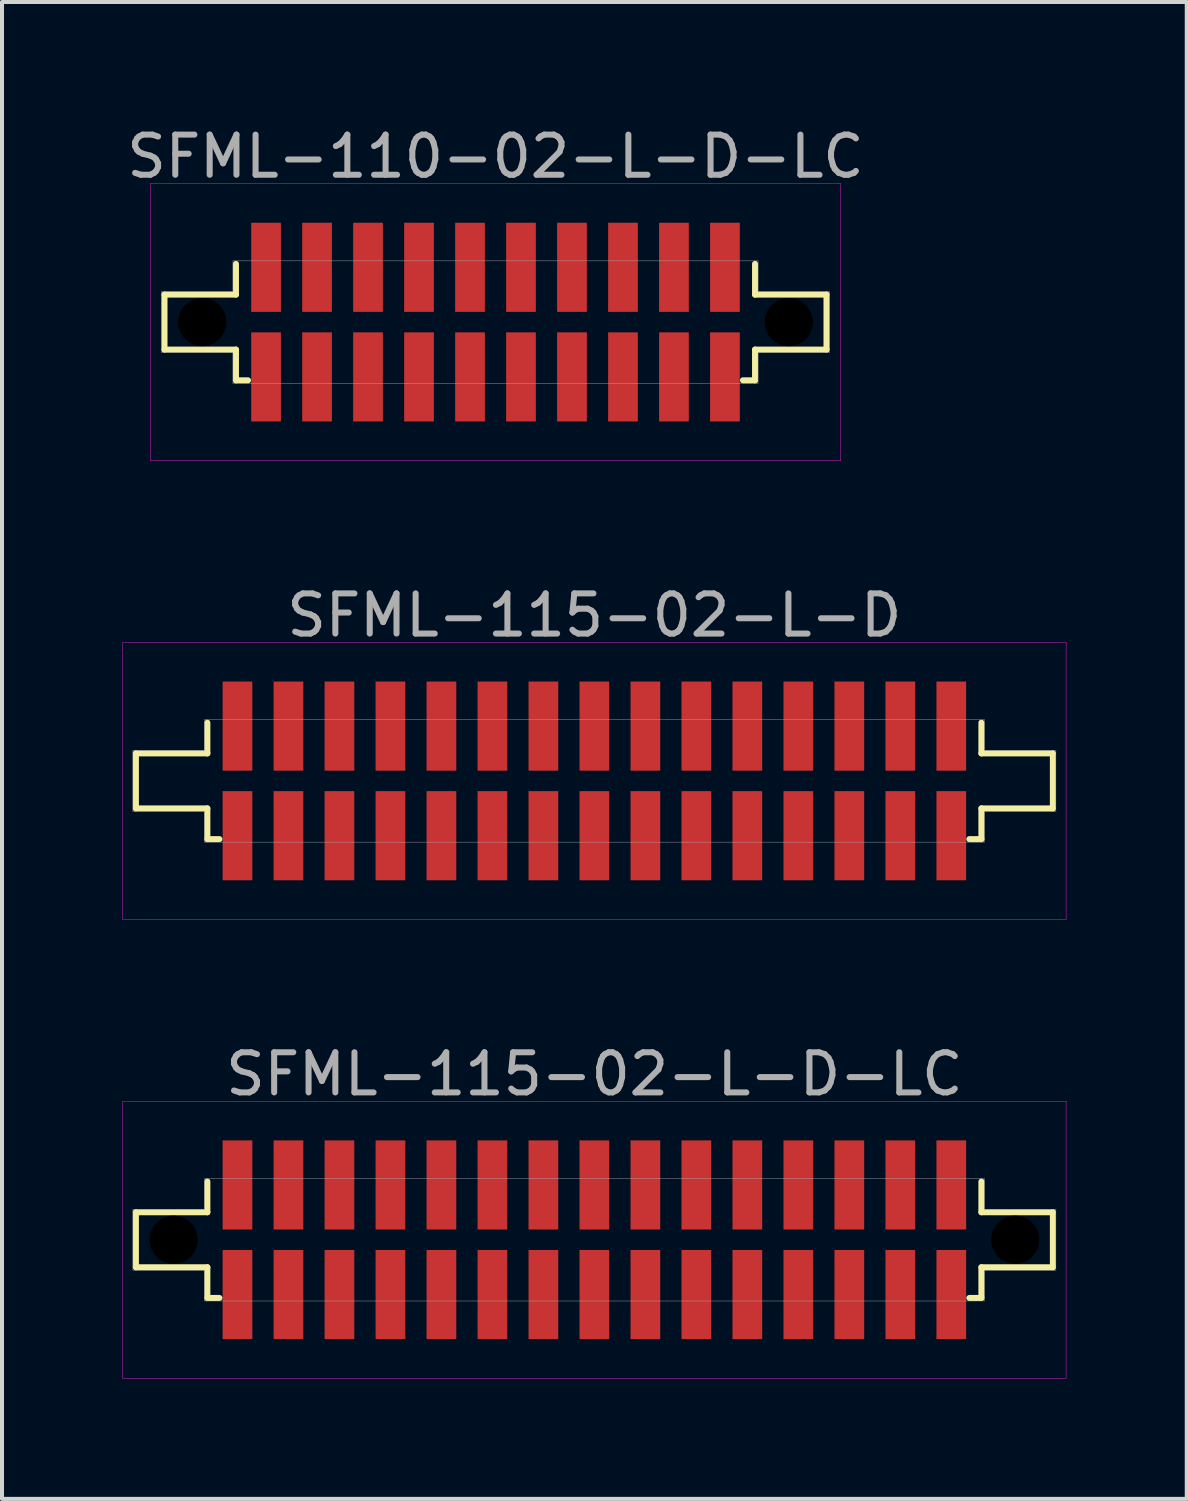
<source format=kicad_pcb>
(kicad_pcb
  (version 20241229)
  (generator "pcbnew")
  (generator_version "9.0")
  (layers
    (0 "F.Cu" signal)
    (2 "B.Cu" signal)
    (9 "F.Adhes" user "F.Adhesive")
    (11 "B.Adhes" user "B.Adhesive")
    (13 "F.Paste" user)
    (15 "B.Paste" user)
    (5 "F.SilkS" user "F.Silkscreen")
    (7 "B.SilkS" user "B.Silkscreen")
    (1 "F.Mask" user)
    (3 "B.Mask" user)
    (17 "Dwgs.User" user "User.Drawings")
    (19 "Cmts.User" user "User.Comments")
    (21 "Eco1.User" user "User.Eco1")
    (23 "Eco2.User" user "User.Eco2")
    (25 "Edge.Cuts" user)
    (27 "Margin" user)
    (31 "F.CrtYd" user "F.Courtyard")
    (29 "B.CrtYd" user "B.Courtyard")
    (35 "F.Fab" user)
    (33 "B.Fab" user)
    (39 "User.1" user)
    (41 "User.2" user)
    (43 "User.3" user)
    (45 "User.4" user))
  (footprint "SFML-115-02-L-D-LC"
    (layer "F.Cu")
    (at 11.755 27.83)
    (property "Reference" "SFML-115-02-L-D-LC" (at 0 -4.125 0) (layer "F.Fab") (effects (font (size 1 1) (thickness 0.15))))
    (attr through_hole)
    (fp_line (start -11.42 -0.685) (end -9.64 -0.685) (stroke (width 0.15) (type solid)) (layer "F.SilkS"))
    (fp_line (start -11.42 0.685) (end -11.42 -0.685) (stroke (width 0.15) (type solid)) (layer "F.SilkS"))
    (fp_line (start -9.64 -0.685) (end -9.64 -1.45) (stroke (width 0.15) (type solid)) (layer "F.SilkS"))
    (fp_line (start -9.64 0.685) (end -11.42 0.685) (stroke (width 0.15) (type solid)) (layer "F.SilkS"))
    (fp_line (start -9.64 1.45) (end -9.64 0.685) (stroke (width 0.15) (type solid)) (layer "F.SilkS"))
    (fp_line (start -9.34 1.45) (end -9.64 1.45) (stroke (width 0.15) (type solid)) (layer "F.SilkS"))
    (fp_line (start 9.64 -1.45) (end 9.64 -0.685) (stroke (width 0.15) (type solid)) (layer "F.SilkS"))
    (fp_line (start 9.64 -0.685) (end 11.42 -0.685) (stroke (width 0.15) (type solid)) (layer "F.SilkS"))
    (fp_line (start 9.64 0.685) (end 9.64 1.45) (stroke (width 0.15) (type solid)) (layer "F.SilkS"))
    (fp_line (start 9.64 1.45) (end 9.34 1.45) (stroke (width 0.15) (type solid)) (layer "F.SilkS"))
    (fp_line (start 11.42 -0.685) (end 11.42 0.685) (stroke (width 0.15) (type solid)) (layer "F.SilkS"))
    (fp_line (start 11.42 0.685) (end 9.64 0.685) (stroke (width 0.15) (type solid)) (layer "F.SilkS"))
    (fp_line (start -11.75 -3.45) (end 11.75 -3.45) (stroke (width 0.01) (type solid)) (layer "F.CrtYd"))
    (fp_line (start -11.75 3.45) (end -11.75 -3.45) (stroke (width 0.01) (type solid)) (layer "F.CrtYd"))
    (fp_line (start 11.75 -3.45) (end 11.75 3.45) (stroke (width 0.01) (type solid)) (layer "F.CrtYd"))
    (fp_line (start 11.75 3.45) (end -11.75 3.45) (stroke (width 0.01) (type solid)) (layer "F.CrtYd"))
    (fp_line (start -11.495 -0.76) (end -9.715 -0.76) (stroke (width 0.01) (type solid)) (layer "F.Fab"))
    (fp_line (start -11.495 0.76) (end -11.495 -0.76) (stroke (width 0.01) (type solid)) (layer "F.Fab"))
    (fp_line (start -9.715 -1.525) (end 9.715 -1.525) (stroke (width 0.01) (type solid)) (layer "F.Fab"))
    (fp_line (start -9.715 -0.76) (end -9.715 -1.525) (stroke (width 0.01) (type solid)) (layer "F.Fab"))
    (fp_line (start -9.715 0.76) (end -11.495 0.76) (stroke (width 0.01) (type solid)) (layer "F.Fab"))
    (fp_line (start -9.715 1.525) (end -9.715 0.76) (stroke (width 0.01) (type solid)) (layer "F.Fab"))
    (fp_line (start 9.715 -1.525) (end 9.715 -0.76) (stroke (width 0.01) (type solid)) (layer "F.Fab"))
    (fp_line (start 9.715 -0.76) (end 11.495 -0.76) (stroke (width 0.01) (type solid)) (layer "F.Fab"))
    (fp_line (start 9.715 0.76) (end 9.715 1.525) (stroke (width 0.01) (type solid)) (layer "F.Fab"))
    (fp_line (start 9.715 1.525) (end -9.715 1.525) (stroke (width 0.01) (type solid)) (layer "F.Fab"))
    (fp_line (start 11.495 -0.76) (end 11.495 0.76) (stroke (width 0.01) (type solid)) (layer "F.Fab"))
    (fp_line (start 11.495 0.76) (end 9.715 0.76) (stroke (width 0.01) (type solid)) (layer "F.Fab"))
    (pad "" np_thru_hole circle (at -10.48 0) (size 1.2 1.2) (drill 1.2) (layers "*.Mask"))
    (pad "" np_thru_hole circle (at 10.48 0) (size 1.2 1.2) (drill 1.2) (layers "*.Mask"))
    (pad "1" smd rect (at -8.89 -1.365) (size 0.74 2.22) (layers "F.Cu" "F.Mask" "F.Paste"))
    (pad "2" smd rect (at -8.89 1.365) (size 0.74 2.22) (layers "F.Cu" "F.Mask" "F.Paste"))
    (pad "3" smd rect (at -7.62 -1.365) (size 0.74 2.22) (layers "F.Cu" "F.Mask" "F.Paste"))
    (pad "4" smd rect (at -7.62 1.365) (size 0.74 2.22) (layers "F.Cu" "F.Mask" "F.Paste"))
    (pad "5" smd rect (at -6.35 -1.365) (size 0.74 2.22) (layers "F.Cu" "F.Mask" "F.Paste"))
    (pad "6" smd rect (at -6.35 1.365) (size 0.74 2.22) (layers "F.Cu" "F.Mask" "F.Paste"))
    (pad "7" smd rect (at -5.08 -1.365) (size 0.74 2.22) (layers "F.Cu" "F.Mask" "F.Paste"))
    (pad "8" smd rect (at -5.08 1.365) (size 0.74 2.22) (layers "F.Cu" "F.Mask" "F.Paste"))
    (pad "9" smd rect (at -3.81 -1.365) (size 0.74 2.22) (layers "F.Cu" "F.Mask" "F.Paste"))
    (pad "10" smd rect (at -3.81 1.365) (size 0.74 2.22) (layers "F.Cu" "F.Mask" "F.Paste"))
    (pad "11" smd rect (at -2.54 -1.365) (size 0.74 2.22) (layers "F.Cu" "F.Mask" "F.Paste"))
    (pad "12" smd rect (at -2.54 1.365) (size 0.74 2.22) (layers "F.Cu" "F.Mask" "F.Paste"))
    (pad "13" smd rect (at -1.27 -1.365) (size 0.74 2.22) (layers "F.Cu" "F.Mask" "F.Paste"))
    (pad "14" smd rect (at -1.27 1.365) (size 0.74 2.22) (layers "F.Cu" "F.Mask" "F.Paste"))
    (pad "15" smd rect (at 0 -1.365) (size 0.74 2.22) (layers "F.Cu" "F.Mask" "F.Paste"))
    (pad "16" smd rect (at 0 1.365) (size 0.74 2.22) (layers "F.Cu" "F.Mask" "F.Paste"))
    (pad "17" smd rect (at 1.27 -1.365) (size 0.74 2.22) (layers "F.Cu" "F.Mask" "F.Paste"))
    (pad "18" smd rect (at 1.27 1.365) (size 0.74 2.22) (layers "F.Cu" "F.Mask" "F.Paste"))
    (pad "19" smd rect (at 2.54 -1.365) (size 0.74 2.22) (layers "F.Cu" "F.Mask" "F.Paste"))
    (pad "20" smd rect (at 2.54 1.365) (size 0.74 2.22) (layers "F.Cu" "F.Mask" "F.Paste"))
    (pad "21" smd rect (at 3.81 -1.365) (size 0.74 2.22) (layers "F.Cu" "F.Mask" "F.Paste"))
    (pad "22" smd rect (at 3.81 1.365) (size 0.74 2.22) (layers "F.Cu" "F.Mask" "F.Paste"))
    (pad "23" smd rect (at 5.08 -1.365) (size 0.74 2.22) (layers "F.Cu" "F.Mask" "F.Paste"))
    (pad "24" smd rect (at 5.08 1.365) (size 0.74 2.22) (layers "F.Cu" "F.Mask" "F.Paste"))
    (pad "25" smd rect (at 6.35 -1.365) (size 0.74 2.22) (layers "F.Cu" "F.Mask" "F.Paste"))
    (pad "26" smd rect (at 6.35 1.365) (size 0.74 2.22) (layers "F.Cu" "F.Mask" "F.Paste"))
    (pad "27" smd rect (at 7.62 -1.365) (size 0.74 2.22) (layers "F.Cu" "F.Mask" "F.Paste"))
    (pad "28" smd rect (at 7.62 1.365) (size 0.74 2.22) (layers "F.Cu" "F.Mask" "F.Paste"))
    (pad "29" smd rect (at 8.89 -1.365) (size 0.74 2.22) (layers "F.Cu" "F.Mask" "F.Paste"))
    (pad "30" smd rect (at 8.89 1.365) (size 0.74 2.22) (layers "F.Cu" "F.Mask" "F.Paste")))
  (footprint "SFML-115-02-L-D"
    (layer "F.Cu")
    (at 11.755 16.401)
    (property "Reference" "SFML-115-02-L-D" (at 0 -4.125 0) (layer "F.Fab") (effects (font (size 1 1) (thickness 0.15))))
    (attr through_hole)
    (fp_line (start -11.42 -0.685) (end -9.64 -0.685) (stroke (width 0.15) (type solid)) (layer "F.SilkS"))
    (fp_line (start -11.42 0.685) (end -11.42 -0.685) (stroke (width 0.15) (type solid)) (layer "F.SilkS"))
    (fp_line (start -9.64 -0.685) (end -9.64 -1.45) (stroke (width 0.15) (type solid)) (layer "F.SilkS"))
    (fp_line (start -9.64 0.685) (end -11.42 0.685) (stroke (width 0.15) (type solid)) (layer "F.SilkS"))
    (fp_line (start -9.64 1.45) (end -9.64 0.685) (stroke (width 0.15) (type solid)) (layer "F.SilkS"))
    (fp_line (start -9.34 1.45) (end -9.64 1.45) (stroke (width 0.15) (type solid)) (layer "F.SilkS"))
    (fp_line (start 9.64 -1.45) (end 9.64 -0.685) (stroke (width 0.15) (type solid)) (layer "F.SilkS"))
    (fp_line (start 9.64 -0.685) (end 11.42 -0.685) (stroke (width 0.15) (type solid)) (layer "F.SilkS"))
    (fp_line (start 9.64 0.685) (end 9.64 1.45) (stroke (width 0.15) (type solid)) (layer "F.SilkS"))
    (fp_line (start 9.64 1.45) (end 9.34 1.45) (stroke (width 0.15) (type solid)) (layer "F.SilkS"))
    (fp_line (start 11.42 -0.685) (end 11.42 0.685) (stroke (width 0.15) (type solid)) (layer "F.SilkS"))
    (fp_line (start 11.42 0.685) (end 9.64 0.685) (stroke (width 0.15) (type solid)) (layer "F.SilkS"))
    (fp_line (start -11.75 -3.45) (end 11.75 -3.45) (stroke (width 0.01) (type solid)) (layer "F.CrtYd"))
    (fp_line (start -11.75 3.45) (end -11.75 -3.45) (stroke (width 0.01) (type solid)) (layer "F.CrtYd"))
    (fp_line (start 11.75 -3.45) (end 11.75 3.45) (stroke (width 0.01) (type solid)) (layer "F.CrtYd"))
    (fp_line (start 11.75 3.45) (end -11.75 3.45) (stroke (width 0.01) (type solid)) (layer "F.CrtYd"))
    (fp_line (start -11.495 -0.76) (end -9.715 -0.76) (stroke (width 0.01) (type solid)) (layer "F.Fab"))
    (fp_line (start -11.495 0.76) (end -11.495 -0.76) (stroke (width 0.01) (type solid)) (layer "F.Fab"))
    (fp_line (start -9.715 -1.525) (end 9.715 -1.525) (stroke (width 0.01) (type solid)) (layer "F.Fab"))
    (fp_line (start -9.715 -0.76) (end -9.715 -1.525) (stroke (width 0.01) (type solid)) (layer "F.Fab"))
    (fp_line (start -9.715 0.76) (end -11.495 0.76) (stroke (width 0.01) (type solid)) (layer "F.Fab"))
    (fp_line (start -9.715 1.525) (end -9.715 0.76) (stroke (width 0.01) (type solid)) (layer "F.Fab"))
    (fp_line (start 9.715 -1.525) (end 9.715 -0.76) (stroke (width 0.01) (type solid)) (layer "F.Fab"))
    (fp_line (start 9.715 -0.76) (end 11.495 -0.76) (stroke (width 0.01) (type solid)) (layer "F.Fab"))
    (fp_line (start 9.715 0.76) (end 9.715 1.525) (stroke (width 0.01) (type solid)) (layer "F.Fab"))
    (fp_line (start 9.715 1.525) (end -9.715 1.525) (stroke (width 0.01) (type solid)) (layer "F.Fab"))
    (fp_line (start 11.495 -0.76) (end 11.495 0.76) (stroke (width 0.01) (type solid)) (layer "F.Fab"))
    (fp_line (start 11.495 0.76) (end 9.715 0.76) (stroke (width 0.01) (type solid)) (layer "F.Fab"))
    (pad "1" smd rect (at -8.89 -1.365) (size 0.74 2.22) (layers "F.Cu" "F.Mask" "F.Paste"))
    (pad "2" smd rect (at -8.89 1.365) (size 0.74 2.22) (layers "F.Cu" "F.Mask" "F.Paste"))
    (pad "3" smd rect (at -7.62 -1.365) (size 0.74 2.22) (layers "F.Cu" "F.Mask" "F.Paste"))
    (pad "4" smd rect (at -7.62 1.365) (size 0.74 2.22) (layers "F.Cu" "F.Mask" "F.Paste"))
    (pad "5" smd rect (at -6.35 -1.365) (size 0.74 2.22) (layers "F.Cu" "F.Mask" "F.Paste"))
    (pad "6" smd rect (at -6.35 1.365) (size 0.74 2.22) (layers "F.Cu" "F.Mask" "F.Paste"))
    (pad "7" smd rect (at -5.08 -1.365) (size 0.74 2.22) (layers "F.Cu" "F.Mask" "F.Paste"))
    (pad "8" smd rect (at -5.08 1.365) (size 0.74 2.22) (layers "F.Cu" "F.Mask" "F.Paste"))
    (pad "9" smd rect (at -3.81 -1.365) (size 0.74 2.22) (layers "F.Cu" "F.Mask" "F.Paste"))
    (pad "10" smd rect (at -3.81 1.365) (size 0.74 2.22) (layers "F.Cu" "F.Mask" "F.Paste"))
    (pad "11" smd rect (at -2.54 -1.365) (size 0.74 2.22) (layers "F.Cu" "F.Mask" "F.Paste"))
    (pad "12" smd rect (at -2.54 1.365) (size 0.74 2.22) (layers "F.Cu" "F.Mask" "F.Paste"))
    (pad "13" smd rect (at -1.27 -1.365) (size 0.74 2.22) (layers "F.Cu" "F.Mask" "F.Paste"))
    (pad "14" smd rect (at -1.27 1.365) (size 0.74 2.22) (layers "F.Cu" "F.Mask" "F.Paste"))
    (pad "15" smd rect (at 0 -1.365) (size 0.74 2.22) (layers "F.Cu" "F.Mask" "F.Paste"))
    (pad "16" smd rect (at 0 1.365) (size 0.74 2.22) (layers "F.Cu" "F.Mask" "F.Paste"))
    (pad "17" smd rect (at 1.27 -1.365) (size 0.74 2.22) (layers "F.Cu" "F.Mask" "F.Paste"))
    (pad "18" smd rect (at 1.27 1.365) (size 0.74 2.22) (layers "F.Cu" "F.Mask" "F.Paste"))
    (pad "19" smd rect (at 2.54 -1.365) (size 0.74 2.22) (layers "F.Cu" "F.Mask" "F.Paste"))
    (pad "20" smd rect (at 2.54 1.365) (size 0.74 2.22) (layers "F.Cu" "F.Mask" "F.Paste"))
    (pad "21" smd rect (at 3.81 -1.365) (size 0.74 2.22) (layers "F.Cu" "F.Mask" "F.Paste"))
    (pad "22" smd rect (at 3.81 1.365) (size 0.74 2.22) (layers "F.Cu" "F.Mask" "F.Paste"))
    (pad "23" smd rect (at 5.08 -1.365) (size 0.74 2.22) (layers "F.Cu" "F.Mask" "F.Paste"))
    (pad "24" smd rect (at 5.08 1.365) (size 0.74 2.22) (layers "F.Cu" "F.Mask" "F.Paste"))
    (pad "25" smd rect (at 6.35 -1.365) (size 0.74 2.22) (layers "F.Cu" "F.Mask" "F.Paste"))
    (pad "26" smd rect (at 6.35 1.365) (size 0.74 2.22) (layers "F.Cu" "F.Mask" "F.Paste"))
    (pad "27" smd rect (at 7.62 -1.365) (size 0.74 2.22) (layers "F.Cu" "F.Mask" "F.Paste"))
    (pad "28" smd rect (at 7.62 1.365) (size 0.74 2.22) (layers "F.Cu" "F.Mask" "F.Paste"))
    (pad "29" smd rect (at 8.89 -1.365) (size 0.74 2.22) (layers "F.Cu" "F.Mask" "F.Paste"))
    (pad "30" smd rect (at 8.89 1.365) (size 0.74 2.22) (layers "F.Cu" "F.Mask" "F.Paste")))
  (footprint "SFML-110-02-L-D-LC"
    (layer "F.Cu")
    (at 9.292 4.973)
    (property "Reference" "SFML-110-02-L-D-LC" (at 0 -4.125 0) (layer "F.Fab") (effects (font (size 1 1) (thickness 0.15))))
    (attr through_hole)
    (fp_line (start -8.245 -0.685) (end -6.465 -0.685) (stroke (width 0.15) (type solid)) (layer "F.SilkS"))
    (fp_line (start -8.245 0.685) (end -8.245 -0.685) (stroke (width 0.15) (type solid)) (layer "F.SilkS"))
    (fp_line (start -6.465 -0.685) (end -6.465 -1.45) (stroke (width 0.15) (type solid)) (layer "F.SilkS"))
    (fp_line (start -6.465 0.685) (end -8.245 0.685) (stroke (width 0.15) (type solid)) (layer "F.SilkS"))
    (fp_line (start -6.465 1.45) (end -6.465 0.685) (stroke (width 0.15) (type solid)) (layer "F.SilkS"))
    (fp_line (start -6.165 1.45) (end -6.465 1.45) (stroke (width 0.15) (type solid)) (layer "F.SilkS"))
    (fp_line (start 6.465 -1.45) (end 6.465 -0.685) (stroke (width 0.15) (type solid)) (layer "F.SilkS"))
    (fp_line (start 6.465 -0.685) (end 8.245 -0.685) (stroke (width 0.15) (type solid)) (layer "F.SilkS"))
    (fp_line (start 6.465 0.685) (end 6.465 1.45) (stroke (width 0.15) (type solid)) (layer "F.SilkS"))
    (fp_line (start 6.465 1.45) (end 6.165 1.45) (stroke (width 0.15) (type solid)) (layer "F.SilkS"))
    (fp_line (start 8.245 -0.685) (end 8.245 0.685) (stroke (width 0.15) (type solid)) (layer "F.SilkS"))
    (fp_line (start 8.245 0.685) (end 6.465 0.685) (stroke (width 0.15) (type solid)) (layer "F.SilkS"))
    (fp_line (start -8.6 -3.45) (end 8.6 -3.45) (stroke (width 0.01) (type solid)) (layer "F.CrtYd"))
    (fp_line (start -8.6 3.45) (end -8.6 -3.45) (stroke (width 0.01) (type solid)) (layer "F.CrtYd"))
    (fp_line (start 8.6 -3.45) (end 8.6 3.45) (stroke (width 0.01) (type solid)) (layer "F.CrtYd"))
    (fp_line (start 8.6 3.45) (end -8.6 3.45) (stroke (width 0.01) (type solid)) (layer "F.CrtYd"))
    (fp_line (start -8.32 -0.76) (end -6.54 -0.76) (stroke (width 0.01) (type solid)) (layer "F.Fab"))
    (fp_line (start -8.32 0.76) (end -8.32 -0.76) (stroke (width 0.01) (type solid)) (layer "F.Fab"))
    (fp_line (start -6.54 -1.525) (end 6.54 -1.525) (stroke (width 0.01) (type solid)) (layer "F.Fab"))
    (fp_line (start -6.54 -0.76) (end -6.54 -1.525) (stroke (width 0.01) (type solid)) (layer "F.Fab"))
    (fp_line (start -6.54 0.76) (end -8.32 0.76) (stroke (width 0.01) (type solid)) (layer "F.Fab"))
    (fp_line (start -6.54 1.525) (end -6.54 0.76) (stroke (width 0.01) (type solid)) (layer "F.Fab"))
    (fp_line (start 6.54 -1.525) (end 6.54 -0.76) (stroke (width 0.01) (type solid)) (layer "F.Fab"))
    (fp_line (start 6.54 -0.76) (end 8.32 -0.76) (stroke (width 0.01) (type solid)) (layer "F.Fab"))
    (fp_line (start 6.54 0.76) (end 6.54 1.525) (stroke (width 0.01) (type solid)) (layer "F.Fab"))
    (fp_line (start 6.54 1.525) (end -6.54 1.525) (stroke (width 0.01) (type solid)) (layer "F.Fab"))
    (fp_line (start 8.32 -0.76) (end 8.32 0.76) (stroke (width 0.01) (type solid)) (layer "F.Fab"))
    (fp_line (start 8.32 0.76) (end 6.54 0.76) (stroke (width 0.01) (type solid)) (layer "F.Fab"))
    (pad "" np_thru_hole circle (at -7.305 0) (size 1.2 1.2) (drill 1.2) (layers "*.Mask"))
    (pad "" np_thru_hole circle (at 7.305 0) (size 1.2 1.2) (drill 1.2) (layers "*.Mask"))
    (pad "1" smd rect (at -5.715 -1.365) (size 0.74 2.22) (layers "F.Cu" "F.Mask" "F.Paste"))
    (pad "2" smd rect (at -5.715 1.365) (size 0.74 2.22) (layers "F.Cu" "F.Mask" "F.Paste"))
    (pad "3" smd rect (at -4.445 -1.365) (size 0.74 2.22) (layers "F.Cu" "F.Mask" "F.Paste"))
    (pad "4" smd rect (at -4.445 1.365) (size 0.74 2.22) (layers "F.Cu" "F.Mask" "F.Paste"))
    (pad "5" smd rect (at -3.175 -1.365) (size 0.74 2.22) (layers "F.Cu" "F.Mask" "F.Paste"))
    (pad "6" smd rect (at -3.175 1.365) (size 0.74 2.22) (layers "F.Cu" "F.Mask" "F.Paste"))
    (pad "7" smd rect (at -1.905 -1.365) (size 0.74 2.22) (layers "F.Cu" "F.Mask" "F.Paste"))
    (pad "8" smd rect (at -1.905 1.365) (size 0.74 2.22) (layers "F.Cu" "F.Mask" "F.Paste"))
    (pad "9" smd rect (at -0.635 -1.365) (size 0.74 2.22) (layers "F.Cu" "F.Mask" "F.Paste"))
    (pad "10" smd rect (at -0.635 1.365) (size 0.74 2.22) (layers "F.Cu" "F.Mask" "F.Paste"))
    (pad "11" smd rect (at 0.635 -1.365) (size 0.74 2.22) (layers "F.Cu" "F.Mask" "F.Paste"))
    (pad "12" smd rect (at 0.635 1.365) (size 0.74 2.22) (layers "F.Cu" "F.Mask" "F.Paste"))
    (pad "13" smd rect (at 1.905 -1.365) (size 0.74 2.22) (layers "F.Cu" "F.Mask" "F.Paste"))
    (pad "14" smd rect (at 1.905 1.365) (size 0.74 2.22) (layers "F.Cu" "F.Mask" "F.Paste"))
    (pad "15" smd rect (at 3.175 -1.365) (size 0.74 2.22) (layers "F.Cu" "F.Mask" "F.Paste"))
    (pad "16" smd rect (at 3.175 1.365) (size 0.74 2.22) (layers "F.Cu" "F.Mask" "F.Paste"))
    (pad "17" smd rect (at 4.445 -1.365) (size 0.74 2.22) (layers "F.Cu" "F.Mask" "F.Paste"))
    (pad "18" smd rect (at 4.445 1.365) (size 0.74 2.22) (layers "F.Cu" "F.Mask" "F.Paste"))
    (pad "19" smd rect (at 5.715 -1.365) (size 0.74 2.22) (layers "F.Cu" "F.Mask" "F.Paste"))
    (pad "20" smd rect (at 5.715 1.365) (size 0.74 2.22) (layers "F.Cu" "F.Mask" "F.Paste")))
  (gr_rect
    (start -3 -3)
    (end 26.51 34.285)
    (stroke (width 0.1) (type default))
    (fill no)
    (layer "Edge.Cuts")))
</source>
